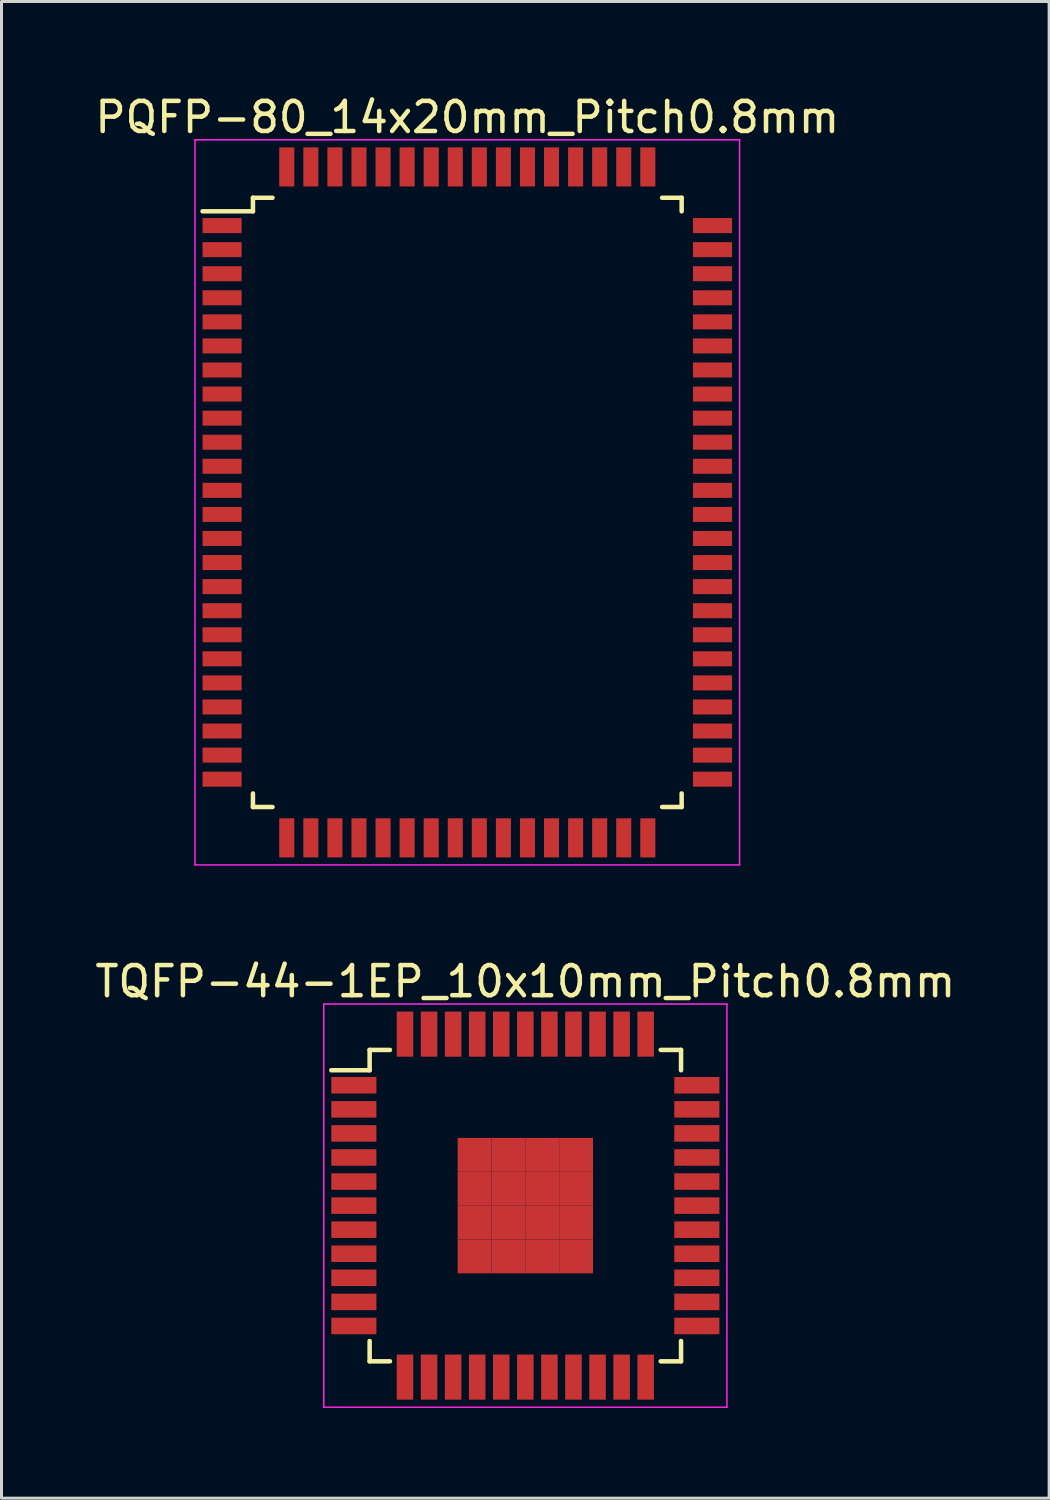
<source format=kicad_pcb>
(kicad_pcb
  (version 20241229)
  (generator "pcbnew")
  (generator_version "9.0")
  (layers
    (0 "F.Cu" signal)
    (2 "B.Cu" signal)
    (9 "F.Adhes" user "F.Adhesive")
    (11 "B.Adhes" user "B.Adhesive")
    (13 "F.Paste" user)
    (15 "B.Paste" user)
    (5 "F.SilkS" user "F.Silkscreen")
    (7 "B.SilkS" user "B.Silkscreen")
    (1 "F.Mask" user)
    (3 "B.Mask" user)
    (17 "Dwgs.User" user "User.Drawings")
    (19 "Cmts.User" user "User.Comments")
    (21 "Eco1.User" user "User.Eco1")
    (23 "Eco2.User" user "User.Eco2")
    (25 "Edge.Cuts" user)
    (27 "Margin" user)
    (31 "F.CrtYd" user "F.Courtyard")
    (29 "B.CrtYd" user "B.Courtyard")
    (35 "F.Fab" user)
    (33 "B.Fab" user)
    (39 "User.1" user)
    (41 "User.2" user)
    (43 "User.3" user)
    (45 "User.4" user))
  (footprint "PQFP-80_14x20mm_Pitch0.8mm"
    (layer "F.Cu")
    (at 12.482 13.648)
    (property "Reference" "PQFP-80_14x20mm_Pitch0.8mm" (at 0 -12.8 0) (layer "F.SilkS") (effects (font (size 1 1) (thickness 0.15))))
    (attr smd)
    (fp_line (start -7.125 -10.125) (end -7.125 -9.675) (stroke (width 0.15) (type solid)) (layer "F.SilkS"))
    (fp_line (start -7.125 -10.125) (end -6.475 -10.125) (stroke (width 0.15) (type solid)) (layer "F.SilkS"))
    (fp_line (start -7.125 -9.675) (end -8.8 -9.675) (stroke (width 0.15) (type solid)) (layer "F.SilkS"))
    (fp_line (start -7.125 10.125) (end -7.125 9.675) (stroke (width 0.15) (type solid)) (layer "F.SilkS"))
    (fp_line (start -7.125 10.125) (end -6.475 10.125) (stroke (width 0.15) (type solid)) (layer "F.SilkS"))
    (fp_line (start 7.125 -10.125) (end 6.475 -10.125) (stroke (width 0.15) (type solid)) (layer "F.SilkS"))
    (fp_line (start 7.125 -10.125) (end 7.125 -9.675) (stroke (width 0.15) (type solid)) (layer "F.SilkS"))
    (fp_line (start 7.125 10.125) (end 6.475 10.125) (stroke (width 0.15) (type solid)) (layer "F.SilkS"))
    (fp_line (start 7.125 10.125) (end 7.125 9.675) (stroke (width 0.15) (type solid)) (layer "F.SilkS"))
    (fp_line (start -9.05 -12.05) (end -9.05 12.05) (stroke (width 0.05) (type solid)) (layer "F.CrtYd"))
    (fp_line (start -9.05 -12.05) (end 9.05 -12.05) (stroke (width 0.05) (type solid)) (layer "F.CrtYd"))
    (fp_line (start -9.05 12.05) (end 9.05 12.05) (stroke (width 0.05) (type solid)) (layer "F.CrtYd"))
    (fp_line (start 9.05 -12.05) (end 9.05 12.05) (stroke (width 0.05) (type solid)) (layer "F.CrtYd"))
    (pad "1" smd rect (at -8.15 -9.2) (size 1.3 0.5) (layers "F.Cu" "F.Mask" "F.Paste"))
    (pad "2" smd rect (at -8.15 -8.4) (size 1.3 0.5) (layers "F.Cu" "F.Mask" "F.Paste"))
    (pad "3" smd rect (at -8.15 -7.6) (size 1.3 0.5) (layers "F.Cu" "F.Mask" "F.Paste"))
    (pad "4" smd rect (at -8.15 -6.8) (size 1.3 0.5) (layers "F.Cu" "F.Mask" "F.Paste"))
    (pad "5" smd rect (at -8.15 -6) (size 1.3 0.5) (layers "F.Cu" "F.Mask" "F.Paste"))
    (pad "6" smd rect (at -8.15 -5.2) (size 1.3 0.5) (layers "F.Cu" "F.Mask" "F.Paste"))
    (pad "7" smd rect (at -8.15 -4.4) (size 1.3 0.5) (layers "F.Cu" "F.Mask" "F.Paste"))
    (pad "8" smd rect (at -8.15 -3.6) (size 1.3 0.5) (layers "F.Cu" "F.Mask" "F.Paste"))
    (pad "9" smd rect (at -8.15 -2.8) (size 1.3 0.5) (layers "F.Cu" "F.Mask" "F.Paste"))
    (pad "10" smd rect (at -8.15 -2) (size 1.3 0.5) (layers "F.Cu" "F.Mask" "F.Paste"))
    (pad "11" smd rect (at -8.15 -1.2) (size 1.3 0.5) (layers "F.Cu" "F.Mask" "F.Paste"))
    (pad "12" smd rect (at -8.15 -0.4) (size 1.3 0.5) (layers "F.Cu" "F.Mask" "F.Paste"))
    (pad "13" smd rect (at -8.15 0.4) (size 1.3 0.5) (layers "F.Cu" "F.Mask" "F.Paste"))
    (pad "14" smd rect (at -8.15 1.2) (size 1.3 0.5) (layers "F.Cu" "F.Mask" "F.Paste"))
    (pad "15" smd rect (at -8.15 2) (size 1.3 0.5) (layers "F.Cu" "F.Mask" "F.Paste"))
    (pad "16" smd rect (at -8.15 2.8) (size 1.3 0.5) (layers "F.Cu" "F.Mask" "F.Paste"))
    (pad "17" smd rect (at -8.15 3.6) (size 1.3 0.5) (layers "F.Cu" "F.Mask" "F.Paste"))
    (pad "18" smd rect (at -8.15 4.4) (size 1.3 0.5) (layers "F.Cu" "F.Mask" "F.Paste"))
    (pad "19" smd rect (at -8.15 5.2) (size 1.3 0.5) (layers "F.Cu" "F.Mask" "F.Paste"))
    (pad "20" smd rect (at -8.15 6) (size 1.3 0.5) (layers "F.Cu" "F.Mask" "F.Paste"))
    (pad "21" smd rect (at -8.15 6.8) (size 1.3 0.5) (layers "F.Cu" "F.Mask" "F.Paste"))
    (pad "22" smd rect (at -8.15 7.6) (size 1.3 0.5) (layers "F.Cu" "F.Mask" "F.Paste"))
    (pad "23" smd rect (at -8.15 8.4) (size 1.3 0.5) (layers "F.Cu" "F.Mask" "F.Paste"))
    (pad "24" smd rect (at -8.15 9.2) (size 1.3 0.5) (layers "F.Cu" "F.Mask" "F.Paste"))
    (pad "25" smd rect (at -6 11.15 90) (size 1.3 0.5) (layers "F.Cu" "F.Mask" "F.Paste"))
    (pad "26" smd rect (at -5.2 11.15 90) (size 1.3 0.5) (layers "F.Cu" "F.Mask" "F.Paste"))
    (pad "27" smd rect (at -4.4 11.15 90) (size 1.3 0.5) (layers "F.Cu" "F.Mask" "F.Paste"))
    (pad "28" smd rect (at -3.6 11.15 90) (size 1.3 0.5) (layers "F.Cu" "F.Mask" "F.Paste"))
    (pad "29" smd rect (at -2.8 11.15 90) (size 1.3 0.5) (layers "F.Cu" "F.Mask" "F.Paste"))
    (pad "30" smd rect (at -2 11.15 90) (size 1.3 0.5) (layers "F.Cu" "F.Mask" "F.Paste"))
    (pad "31" smd rect (at -1.2 11.15 90) (size 1.3 0.5) (layers "F.Cu" "F.Mask" "F.Paste"))
    (pad "32" smd rect (at -0.4 11.15 90) (size 1.3 0.5) (layers "F.Cu" "F.Mask" "F.Paste"))
    (pad "33" smd rect (at 0.4 11.15 90) (size 1.3 0.5) (layers "F.Cu" "F.Mask" "F.Paste"))
    (pad "34" smd rect (at 1.2 11.15 90) (size 1.3 0.5) (layers "F.Cu" "F.Mask" "F.Paste"))
    (pad "35" smd rect (at 2 11.15 90) (size 1.3 0.5) (layers "F.Cu" "F.Mask" "F.Paste"))
    (pad "36" smd rect (at 2.8 11.15 90) (size 1.3 0.5) (layers "F.Cu" "F.Mask" "F.Paste"))
    (pad "37" smd rect (at 3.6 11.15 90) (size 1.3 0.5) (layers "F.Cu" "F.Mask" "F.Paste"))
    (pad "38" smd rect (at 4.4 11.15 90) (size 1.3 0.5) (layers "F.Cu" "F.Mask" "F.Paste"))
    (pad "39" smd rect (at 5.2 11.15 90) (size 1.3 0.5) (layers "F.Cu" "F.Mask" "F.Paste"))
    (pad "40" smd rect (at 6 11.15 90) (size 1.3 0.5) (layers "F.Cu" "F.Mask" "F.Paste"))
    (pad "41" smd rect (at 8.15 9.2) (size 1.3 0.5) (layers "F.Cu" "F.Mask" "F.Paste"))
    (pad "42" smd rect (at 8.15 8.4) (size 1.3 0.5) (layers "F.Cu" "F.Mask" "F.Paste"))
    (pad "43" smd rect (at 8.15 7.6) (size 1.3 0.5) (layers "F.Cu" "F.Mask" "F.Paste"))
    (pad "44" smd rect (at 8.15 6.8) (size 1.3 0.5) (layers "F.Cu" "F.Mask" "F.Paste"))
    (pad "45" smd rect (at 8.15 6) (size 1.3 0.5) (layers "F.Cu" "F.Mask" "F.Paste"))
    (pad "46" smd rect (at 8.15 5.2) (size 1.3 0.5) (layers "F.Cu" "F.Mask" "F.Paste"))
    (pad "47" smd rect (at 8.15 4.4) (size 1.3 0.5) (layers "F.Cu" "F.Mask" "F.Paste"))
    (pad "48" smd rect (at 8.15 3.6) (size 1.3 0.5) (layers "F.Cu" "F.Mask" "F.Paste"))
    (pad "49" smd rect (at 8.15 2.8) (size 1.3 0.5) (layers "F.Cu" "F.Mask" "F.Paste"))
    (pad "50" smd rect (at 8.15 2) (size 1.3 0.5) (layers "F.Cu" "F.Mask" "F.Paste"))
    (pad "51" smd rect (at 8.15 1.2) (size 1.3 0.5) (layers "F.Cu" "F.Mask" "F.Paste"))
    (pad "52" smd rect (at 8.15 0.4) (size 1.3 0.5) (layers "F.Cu" "F.Mask" "F.Paste"))
    (pad "53" smd rect (at 8.15 -0.4) (size 1.3 0.5) (layers "F.Cu" "F.Mask" "F.Paste"))
    (pad "54" smd rect (at 8.15 -1.2) (size 1.3 0.5) (layers "F.Cu" "F.Mask" "F.Paste"))
    (pad "55" smd rect (at 8.15 -2) (size 1.3 0.5) (layers "F.Cu" "F.Mask" "F.Paste"))
    (pad "56" smd rect (at 8.15 -2.8) (size 1.3 0.5) (layers "F.Cu" "F.Mask" "F.Paste"))
    (pad "57" smd rect (at 8.15 -3.6) (size 1.3 0.5) (layers "F.Cu" "F.Mask" "F.Paste"))
    (pad "58" smd rect (at 8.15 -4.4) (size 1.3 0.5) (layers "F.Cu" "F.Mask" "F.Paste"))
    (pad "59" smd rect (at 8.15 -5.2) (size 1.3 0.5) (layers "F.Cu" "F.Mask" "F.Paste"))
    (pad "60" smd rect (at 8.15 -6) (size 1.3 0.5) (layers "F.Cu" "F.Mask" "F.Paste"))
    (pad "61" smd rect (at 8.15 -6.8) (size 1.3 0.5) (layers "F.Cu" "F.Mask" "F.Paste"))
    (pad "62" smd rect (at 8.15 -7.6) (size 1.3 0.5) (layers "F.Cu" "F.Mask" "F.Paste"))
    (pad "63" smd rect (at 8.15 -8.4) (size 1.3 0.5) (layers "F.Cu" "F.Mask" "F.Paste"))
    (pad "64" smd rect (at 8.15 -9.2) (size 1.3 0.5) (layers "F.Cu" "F.Mask" "F.Paste"))
    (pad "65" smd rect (at 6 -11.15 90) (size 1.3 0.5) (layers "F.Cu" "F.Mask" "F.Paste"))
    (pad "66" smd rect (at 5.2 -11.15 90) (size 1.3 0.5) (layers "F.Cu" "F.Mask" "F.Paste"))
    (pad "67" smd rect (at 4.4 -11.15 90) (size 1.3 0.5) (layers "F.Cu" "F.Mask" "F.Paste"))
    (pad "68" smd rect (at 3.6 -11.15 90) (size 1.3 0.5) (layers "F.Cu" "F.Mask" "F.Paste"))
    (pad "69" smd rect (at 2.8 -11.15 90) (size 1.3 0.5) (layers "F.Cu" "F.Mask" "F.Paste"))
    (pad "70" smd rect (at 2 -11.15 90) (size 1.3 0.5) (layers "F.Cu" "F.Mask" "F.Paste"))
    (pad "71" smd rect (at 1.2 -11.15 90) (size 1.3 0.5) (layers "F.Cu" "F.Mask" "F.Paste"))
    (pad "72" smd rect (at 0.4 -11.15 90) (size 1.3 0.5) (layers "F.Cu" "F.Mask" "F.Paste"))
    (pad "73" smd rect (at -0.4 -11.15 90) (size 1.3 0.5) (layers "F.Cu" "F.Mask" "F.Paste"))
    (pad "74" smd rect (at -1.2 -11.15 90) (size 1.3 0.5) (layers "F.Cu" "F.Mask" "F.Paste"))
    (pad "75" smd rect (at -2 -11.15 90) (size 1.3 0.5) (layers "F.Cu" "F.Mask" "F.Paste"))
    (pad "76" smd rect (at -2.8 -11.15 90) (size 1.3 0.5) (layers "F.Cu" "F.Mask" "F.Paste"))
    (pad "77" smd rect (at -3.6 -11.15 90) (size 1.3 0.5) (layers "F.Cu" "F.Mask" "F.Paste"))
    (pad "78" smd rect (at -4.4 -11.15 90) (size 1.3 0.5) (layers "F.Cu" "F.Mask" "F.Paste"))
    (pad "79" smd rect (at -5.2 -11.15 90) (size 1.3 0.5) (layers "F.Cu" "F.Mask" "F.Paste"))
    (pad "80" smd rect (at -6 -11.15 90) (size 1.3 0.5) (layers "F.Cu" "F.Mask" "F.Paste")))
  (footprint "TQFP-44-1EP_10x10mm_Pitch0.8mm"
    (layer "F.Cu")
    (at 14.411 37.022)
    (property "Reference" "TQFP-44-1EP_10x10mm_Pitch0.8mm" (at 0 -7.45 0) (layer "F.SilkS") (effects (font (size 1 1) (thickness 0.15))))
    (attr smd)
    (fp_line (start -5.175 -5.175) (end -5.175 -4.5) (stroke (width 0.15) (type solid)) (layer "F.SilkS"))
    (fp_line (start -5.175 -5.175) (end -4.5 -5.175) (stroke (width 0.15) (type solid)) (layer "F.SilkS"))
    (fp_line (start -5.175 -4.5) (end -6.45 -4.5) (stroke (width 0.15) (type solid)) (layer "F.SilkS"))
    (fp_line (start -5.175 5.175) (end -5.175 4.5) (stroke (width 0.15) (type solid)) (layer "F.SilkS"))
    (fp_line (start -5.175 5.175) (end -4.5 5.175) (stroke (width 0.15) (type solid)) (layer "F.SilkS"))
    (fp_line (start 5.175 -5.175) (end 4.5 -5.175) (stroke (width 0.15) (type solid)) (layer "F.SilkS"))
    (fp_line (start 5.175 -5.175) (end 5.175 -4.5) (stroke (width 0.15) (type solid)) (layer "F.SilkS"))
    (fp_line (start 5.175 5.175) (end 4.5 5.175) (stroke (width 0.15) (type solid)) (layer "F.SilkS"))
    (fp_line (start 5.175 5.175) (end 5.175 4.5) (stroke (width 0.15) (type solid)) (layer "F.SilkS"))
    (fp_line (start -6.7 -6.7) (end -6.7 6.7) (stroke (width 0.05) (type solid)) (layer "F.CrtYd"))
    (fp_line (start -6.7 -6.7) (end 6.7 -6.7) (stroke (width 0.05) (type solid)) (layer "F.CrtYd"))
    (fp_line (start -6.7 6.7) (end 6.7 6.7) (stroke (width 0.05) (type solid)) (layer "F.CrtYd"))
    (fp_line (start 6.7 -6.7) (end 6.7 6.7) (stroke (width 0.05) (type solid)) (layer "F.CrtYd"))
    (pad "1" smd rect (at -5.7 -4) (size 1.5 0.55) (layers "F.Cu" "F.Mask" "F.Paste"))
    (pad "2" smd rect (at -5.7 -3.2) (size 1.5 0.55) (layers "F.Cu" "F.Mask" "F.Paste"))
    (pad "3" smd rect (at -5.7 -2.4) (size 1.5 0.55) (layers "F.Cu" "F.Mask" "F.Paste"))
    (pad "4" smd rect (at -5.7 -1.6) (size 1.5 0.55) (layers "F.Cu" "F.Mask" "F.Paste"))
    (pad "5" smd rect (at -5.7 -0.8) (size 1.5 0.55) (layers "F.Cu" "F.Mask" "F.Paste"))
    (pad "6" smd rect (at -5.7 0) (size 1.5 0.55) (layers "F.Cu" "F.Mask" "F.Paste"))
    (pad "7" smd rect (at -5.7 0.8) (size 1.5 0.55) (layers "F.Cu" "F.Mask" "F.Paste"))
    (pad "8" smd rect (at -5.7 1.6) (size 1.5 0.55) (layers "F.Cu" "F.Mask" "F.Paste"))
    (pad "9" smd rect (at -5.7 2.4) (size 1.5 0.55) (layers "F.Cu" "F.Mask" "F.Paste"))
    (pad "10" smd rect (at -5.7 3.2) (size 1.5 0.55) (layers "F.Cu" "F.Mask" "F.Paste"))
    (pad "11" smd rect (at -5.7 4) (size 1.5 0.55) (layers "F.Cu" "F.Mask" "F.Paste"))
    (pad "12" smd rect (at -4 5.7 90) (size 1.5 0.55) (layers "F.Cu" "F.Mask" "F.Paste"))
    (pad "13" smd rect (at -3.2 5.7 90) (size 1.5 0.55) (layers "F.Cu" "F.Mask" "F.Paste"))
    (pad "14" smd rect (at -2.4 5.7 90) (size 1.5 0.55) (layers "F.Cu" "F.Mask" "F.Paste"))
    (pad "15" smd rect (at -1.6 5.7 90) (size 1.5 0.55) (layers "F.Cu" "F.Mask" "F.Paste"))
    (pad "16" smd rect (at -0.8 5.7 90) (size 1.5 0.55) (layers "F.Cu" "F.Mask" "F.Paste"))
    (pad "17" smd rect (at 0 5.7 90) (size 1.5 0.55) (layers "F.Cu" "F.Mask" "F.Paste"))
    (pad "18" smd rect (at 0.8 5.7 90) (size 1.5 0.55) (layers "F.Cu" "F.Mask" "F.Paste"))
    (pad "19" smd rect (at 1.6 5.7 90) (size 1.5 0.55) (layers "F.Cu" "F.Mask" "F.Paste"))
    (pad "20" smd rect (at 2.4 5.7 90) (size 1.5 0.55) (layers "F.Cu" "F.Mask" "F.Paste"))
    (pad "21" smd rect (at 3.2 5.7 90) (size 1.5 0.55) (layers "F.Cu" "F.Mask" "F.Paste"))
    (pad "22" smd rect (at 4 5.7 90) (size 1.5 0.55) (layers "F.Cu" "F.Mask" "F.Paste"))
    (pad "23" smd rect (at 5.7 4) (size 1.5 0.55) (layers "F.Cu" "F.Mask" "F.Paste"))
    (pad "24" smd rect (at 5.7 3.2) (size 1.5 0.55) (layers "F.Cu" "F.Mask" "F.Paste"))
    (pad "25" smd rect (at 5.7 2.4) (size 1.5 0.55) (layers "F.Cu" "F.Mask" "F.Paste"))
    (pad "26" smd rect (at 5.7 1.6) (size 1.5 0.55) (layers "F.Cu" "F.Mask" "F.Paste"))
    (pad "27" smd rect (at 5.7 0.8) (size 1.5 0.55) (layers "F.Cu" "F.Mask" "F.Paste"))
    (pad "28" smd rect (at 5.7 0) (size 1.5 0.55) (layers "F.Cu" "F.Mask" "F.Paste"))
    (pad "29" smd rect (at 5.7 -0.8) (size 1.5 0.55) (layers "F.Cu" "F.Mask" "F.Paste"))
    (pad "30" smd rect (at 5.7 -1.6) (size 1.5 0.55) (layers "F.Cu" "F.Mask" "F.Paste"))
    (pad "31" smd rect (at 5.7 -2.4) (size 1.5 0.55) (layers "F.Cu" "F.Mask" "F.Paste"))
    (pad "32" smd rect (at 5.7 -3.2) (size 1.5 0.55) (layers "F.Cu" "F.Mask" "F.Paste"))
    (pad "33" smd rect (at 5.7 -4) (size 1.5 0.55) (layers "F.Cu" "F.Mask" "F.Paste"))
    (pad "34" smd rect (at 4 -5.7 90) (size 1.5 0.55) (layers "F.Cu" "F.Mask" "F.Paste"))
    (pad "35" smd rect (at 3.2 -5.7 90) (size 1.5 0.55) (layers "F.Cu" "F.Mask" "F.Paste"))
    (pad "36" smd rect (at 2.4 -5.7 90) (size 1.5 0.55) (layers "F.Cu" "F.Mask" "F.Paste"))
    (pad "37" smd rect (at 1.6 -5.7 90) (size 1.5 0.55) (layers "F.Cu" "F.Mask" "F.Paste"))
    (pad "38" smd rect (at 0.8 -5.7 90) (size 1.5 0.55) (layers "F.Cu" "F.Mask" "F.Paste"))
    (pad "39" smd rect (at 0 -5.7 90) (size 1.5 0.55) (layers "F.Cu" "F.Mask" "F.Paste"))
    (pad "40" smd rect (at -0.8 -5.7 90) (size 1.5 0.55) (layers "F.Cu" "F.Mask" "F.Paste"))
    (pad "41" smd rect (at -1.6 -5.7 90) (size 1.5 0.55) (layers "F.Cu" "F.Mask" "F.Paste"))
    (pad "42" smd rect (at -2.4 -5.7 90) (size 1.5 0.55) (layers "F.Cu" "F.Mask" "F.Paste"))
    (pad "43" smd rect (at -3.2 -5.7 90) (size 1.5 0.55) (layers "F.Cu" "F.Mask" "F.Paste"))
    (pad "44" smd rect (at -4 -5.7 90) (size 1.5 0.55) (layers "F.Cu" "F.Mask" "F.Paste"))
    (pad "45" smd rect (at -1.688 -1.688) (size 1.125 1.125) (layers "F.Cu" "F.Mask" "F.Paste"))
    (pad "45" smd rect (at -1.688 -0.562) (size 1.125 1.125) (layers "F.Cu" "F.Mask" "F.Paste"))
    (pad "45" smd rect (at -1.688 0.562) (size 1.125 1.125) (layers "F.Cu" "F.Mask" "F.Paste"))
    (pad "45" smd rect (at -1.688 1.688) (size 1.125 1.125) (layers "F.Cu" "F.Mask" "F.Paste"))
    (pad "45" smd rect (at -0.562 -1.688) (size 1.125 1.125) (layers "F.Cu" "F.Mask" "F.Paste"))
    (pad "45" smd rect (at -0.562 -0.562) (size 1.125 1.125) (layers "F.Cu" "F.Mask" "F.Paste"))
    (pad "45" smd rect (at -0.562 0.562) (size 1.125 1.125) (layers "F.Cu" "F.Mask" "F.Paste"))
    (pad "45" smd rect (at -0.562 1.688) (size 1.125 1.125) (layers "F.Cu" "F.Mask" "F.Paste"))
    (pad "45" smd rect (at 0.562 -1.688) (size 1.125 1.125) (layers "F.Cu" "F.Mask" "F.Paste"))
    (pad "45" smd rect (at 0.562 -0.562) (size 1.125 1.125) (layers "F.Cu" "F.Mask" "F.Paste"))
    (pad "45" smd rect (at 0.562 0.562) (size 1.125 1.125) (layers "F.Cu" "F.Mask" "F.Paste"))
    (pad "45" smd rect (at 0.562 1.688) (size 1.125 1.125) (layers "F.Cu" "F.Mask" "F.Paste"))
    (pad "45" smd rect (at 1.688 -1.688) (size 1.125 1.125) (layers "F.Cu" "F.Mask" "F.Paste"))
    (pad "45" smd rect (at 1.688 -0.562) (size 1.125 1.125) (layers "F.Cu" "F.Mask" "F.Paste"))
    (pad "45" smd rect (at 1.688 0.562) (size 1.125 1.125) (layers "F.Cu" "F.Mask" "F.Paste"))
    (pad "45" smd rect (at 1.688 1.688) (size 1.125 1.125) (layers "F.Cu" "F.Mask" "F.Paste")))
  (gr_rect
    (start -3 -3)
    (end 31.821 46.746)
    (stroke (width 0.1) (type default))
    (fill no)
    (layer "Edge.Cuts")))
</source>
